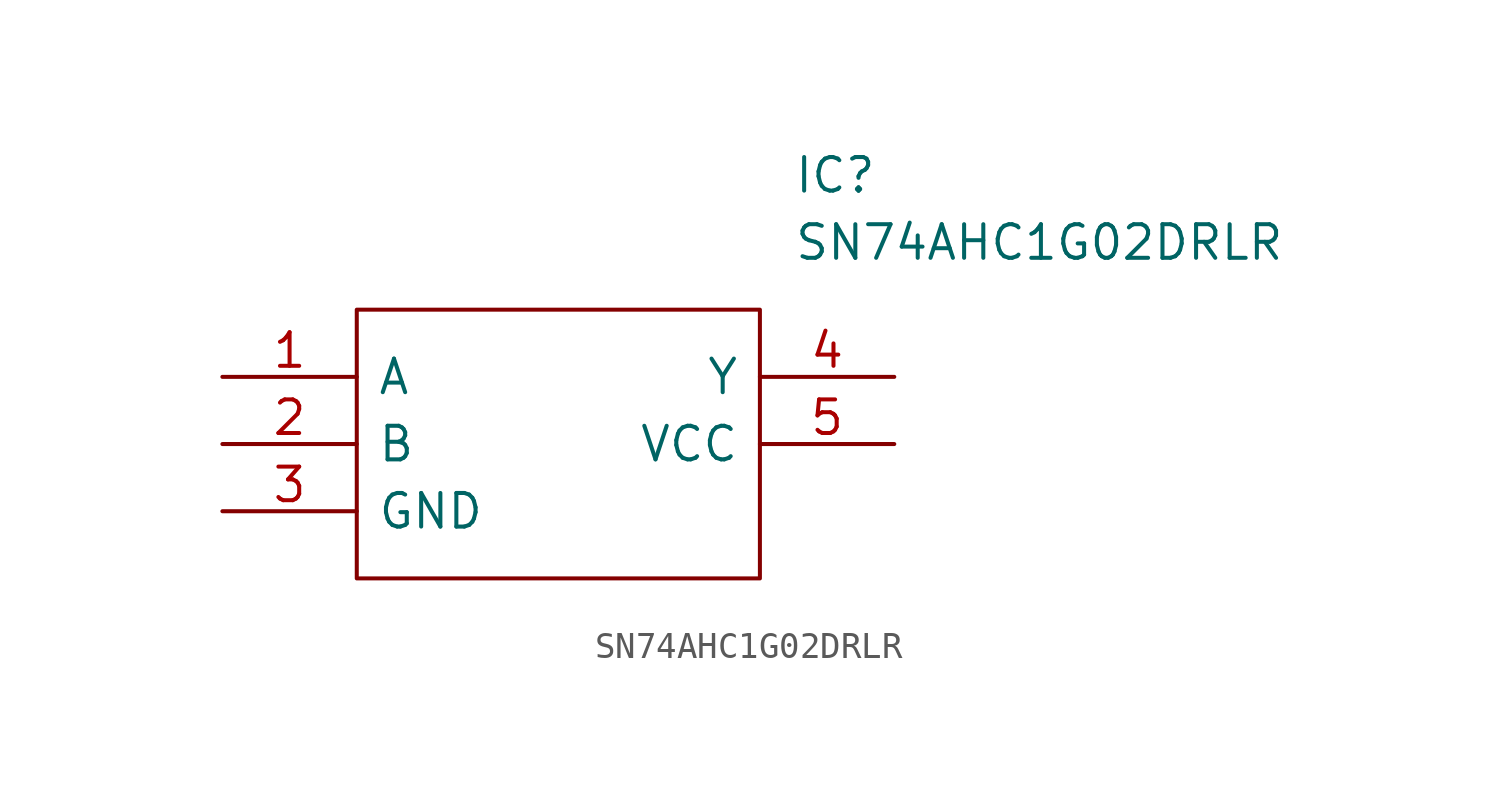
<source format=kicad_sym>
(kicad_symbol_lib
  (version 20211014)
  (generator kicad_symbol_editor)
  (symbol "SN74AHC1G02DRLR"
    (pin_names
      (offset 0.762))
    (property "Reference" "IC"
      (at 21.59 7.62 0)
      (effects (font (size 1.27 1.27)) (justify left)))
    (property "Value" "SN74AHC1G02DRLR"
      (at 21.59 5.08 0)
      (effects (font (size 1.27 1.27)) (justify left)))
    (symbol "SN74AHC1G02DRLR_0_0"
      (pin passive line (at 0 0 0) (length 5.08) (name "A" (effects (font (size 1.27 1.27)))) (number "1" (effects (font (size 1.27 1.27)))))
      (pin passive line (at 0 -2.54 0) (length 5.08) (name "B" (effects (font (size 1.27 1.27)))) (number "2" (effects (font (size 1.27 1.27)))))
      (pin passive line (at 0 -5.08 0) (length 5.08) (name "GND" (effects (font (size 1.27 1.27)))) (number "3" (effects (font (size 1.27 1.27)))))
      (pin passive line (at 25.4 0 180) (length 5.08) (name "Y" (effects (font (size 1.27 1.27)))) (number "4" (effects (font (size 1.27 1.27)))))
      (pin passive line (at 25.4 -2.54 180) (length 5.08) (name "VCC" (effects (font (size 1.27 1.27)))) (number "5" (effects (font (size 1.27 1.27))))))
    (symbol "SN74AHC1G02DRLR_0_1"
      (polyline (pts (xy 5.08 2.54) (xy 20.32 2.54) (xy 20.32 -7.62) (xy 5.08 -7.62) (xy 5.08 2.54)) (stroke (width 0.152) (type default) (color 0 0 0 0)) (fill (type none))))))
</source>
